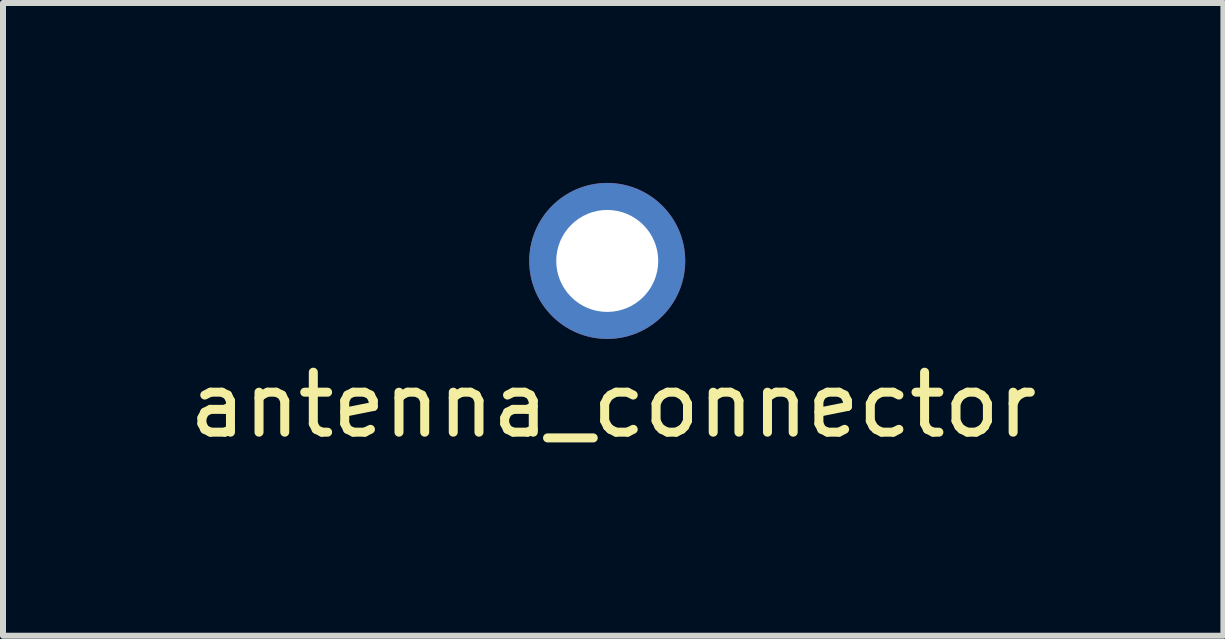
<source format=kicad_pcb>
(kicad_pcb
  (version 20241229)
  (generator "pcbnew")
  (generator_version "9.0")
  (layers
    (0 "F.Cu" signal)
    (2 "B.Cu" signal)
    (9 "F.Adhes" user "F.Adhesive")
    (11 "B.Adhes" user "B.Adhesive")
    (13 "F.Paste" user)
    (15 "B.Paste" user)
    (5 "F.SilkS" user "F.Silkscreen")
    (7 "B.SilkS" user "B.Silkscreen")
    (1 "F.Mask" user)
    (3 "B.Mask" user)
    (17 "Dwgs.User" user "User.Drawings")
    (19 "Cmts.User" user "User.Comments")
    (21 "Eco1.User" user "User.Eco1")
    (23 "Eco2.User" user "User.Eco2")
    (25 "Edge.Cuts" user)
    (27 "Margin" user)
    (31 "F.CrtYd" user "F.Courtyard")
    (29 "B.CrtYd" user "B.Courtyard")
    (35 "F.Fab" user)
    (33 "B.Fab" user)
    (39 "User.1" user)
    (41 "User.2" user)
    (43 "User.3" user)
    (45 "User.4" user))
  (footprint "antenna_connector"
    (layer "F.Cu")
    (at 7.073 1.3)
    (property "Reference" "antenna_connector" (at 0.1 2.4 0) (layer "F.SilkS") (effects (font (size 1 1) (thickness 0.15))))
    (attr through_hole)
    (pad "1" thru_hole circle (at 0 0) (size 2.6 2.6) (drill 1.7) (layers "*.Cu" "*.Mask")))
  (gr_rect
    (start -3 -3)
    (end 17.345 7.548)
    (stroke (width 0.1) (type default))
    (fill no)
    (layer "Edge.Cuts")))
</source>
